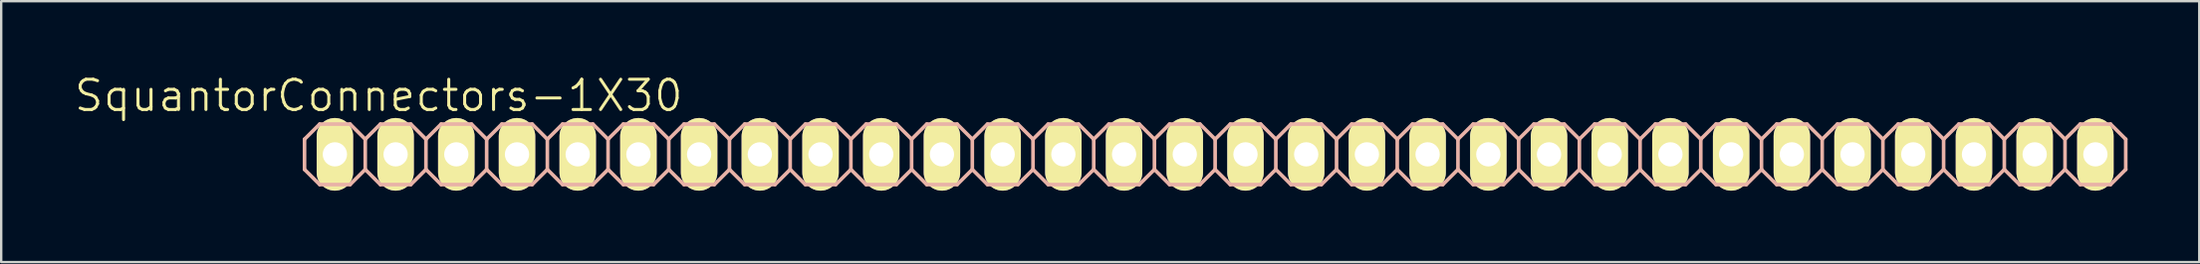
<source format=kicad_pcb>
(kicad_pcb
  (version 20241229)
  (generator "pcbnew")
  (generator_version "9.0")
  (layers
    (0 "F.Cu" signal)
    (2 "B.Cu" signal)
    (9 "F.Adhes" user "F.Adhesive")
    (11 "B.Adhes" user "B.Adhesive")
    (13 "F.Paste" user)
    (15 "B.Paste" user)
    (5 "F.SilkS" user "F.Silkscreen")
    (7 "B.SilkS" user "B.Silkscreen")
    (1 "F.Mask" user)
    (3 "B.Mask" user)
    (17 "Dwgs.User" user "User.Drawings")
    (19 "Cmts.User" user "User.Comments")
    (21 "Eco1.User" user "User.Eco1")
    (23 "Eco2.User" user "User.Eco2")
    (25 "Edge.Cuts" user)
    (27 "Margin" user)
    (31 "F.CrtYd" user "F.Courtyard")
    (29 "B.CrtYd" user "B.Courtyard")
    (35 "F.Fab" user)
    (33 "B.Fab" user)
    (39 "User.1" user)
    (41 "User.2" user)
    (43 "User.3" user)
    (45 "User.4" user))
  (footprint "SquantorConnectors-1X30"
    (layer "F.Cu")
    (at 47.792 3.43)
    (property "Reference" "SquantorConnectors-1X30" (at -34.999 -2.464 0) (layer "F.SilkS") (effects (font (size 1.27 1.27) (thickness 0.127))))
    (attr exclude_from_pos_files exclude_from_bom)
    (fp_line (start -37.084 -0.254) (end -36.576 -0.254) (stroke (width 0.066) (type solid)) (layer "F.SilkS"))
    (fp_line (start -37.084 0.254) (end -37.084 -0.254) (stroke (width 0.066) (type solid)) (layer "F.SilkS"))
    (fp_line (start -37.084 0.254) (end -36.576 0.254) (stroke (width 0.066) (type solid)) (layer "F.SilkS"))
    (fp_line (start -36.576 0.254) (end -36.576 -0.254) (stroke (width 0.066) (type solid)) (layer "F.SilkS"))
    (fp_line (start -34.544 -0.254) (end -34.036 -0.254) (stroke (width 0.066) (type solid)) (layer "F.SilkS"))
    (fp_line (start -34.544 0.254) (end -34.544 -0.254) (stroke (width 0.066) (type solid)) (layer "F.SilkS"))
    (fp_line (start -34.544 0.254) (end -34.036 0.254) (stroke (width 0.066) (type solid)) (layer "F.SilkS"))
    (fp_line (start -34.036 0.254) (end -34.036 -0.254) (stroke (width 0.066) (type solid)) (layer "F.SilkS"))
    (fp_line (start -32.004 -0.254) (end -31.496 -0.254) (stroke (width 0.066) (type solid)) (layer "F.SilkS"))
    (fp_line (start -32.004 0.254) (end -32.004 -0.254) (stroke (width 0.066) (type solid)) (layer "F.SilkS"))
    (fp_line (start -32.004 0.254) (end -31.496 0.254) (stroke (width 0.066) (type solid)) (layer "F.SilkS"))
    (fp_line (start -31.496 0.254) (end -31.496 -0.254) (stroke (width 0.066) (type solid)) (layer "F.SilkS"))
    (fp_line (start -29.464 -0.254) (end -28.953 -0.254) (stroke (width 0.066) (type solid)) (layer "F.SilkS"))
    (fp_line (start -29.464 0.254) (end -29.464 -0.254) (stroke (width 0.066) (type solid)) (layer "F.SilkS"))
    (fp_line (start -29.464 0.254) (end -28.953 0.254) (stroke (width 0.066) (type solid)) (layer "F.SilkS"))
    (fp_line (start -28.953 0.254) (end -28.953 -0.254) (stroke (width 0.066) (type solid)) (layer "F.SilkS"))
    (fp_line (start -26.924 -0.254) (end -26.416 -0.254) (stroke (width 0.066) (type solid)) (layer "F.SilkS"))
    (fp_line (start -26.924 0.254) (end -26.924 -0.254) (stroke (width 0.066) (type solid)) (layer "F.SilkS"))
    (fp_line (start -26.924 0.254) (end -26.416 0.254) (stroke (width 0.066) (type solid)) (layer "F.SilkS"))
    (fp_line (start -26.416 0.254) (end -26.416 -0.254) (stroke (width 0.066) (type solid)) (layer "F.SilkS"))
    (fp_line (start -24.384 -0.254) (end -23.876 -0.254) (stroke (width 0.066) (type solid)) (layer "F.SilkS"))
    (fp_line (start -24.384 0.254) (end -24.384 -0.254) (stroke (width 0.066) (type solid)) (layer "F.SilkS"))
    (fp_line (start -24.384 0.254) (end -23.876 0.254) (stroke (width 0.066) (type solid)) (layer "F.SilkS"))
    (fp_line (start -23.876 0.254) (end -23.876 -0.254) (stroke (width 0.066) (type solid)) (layer "F.SilkS"))
    (fp_line (start -21.844 -0.254) (end -21.336 -0.254) (stroke (width 0.066) (type solid)) (layer "F.SilkS"))
    (fp_line (start -21.844 0.254) (end -21.844 -0.254) (stroke (width 0.066) (type solid)) (layer "F.SilkS"))
    (fp_line (start -21.844 0.254) (end -21.336 0.254) (stroke (width 0.066) (type solid)) (layer "F.SilkS"))
    (fp_line (start -21.336 0.254) (end -21.336 -0.254) (stroke (width 0.066) (type solid)) (layer "F.SilkS"))
    (fp_line (start -19.304 -0.254) (end -18.796 -0.254) (stroke (width 0.066) (type solid)) (layer "F.SilkS"))
    (fp_line (start -19.304 0.254) (end -19.304 -0.254) (stroke (width 0.066) (type solid)) (layer "F.SilkS"))
    (fp_line (start -19.304 0.254) (end -18.796 0.254) (stroke (width 0.066) (type solid)) (layer "F.SilkS"))
    (fp_line (start -18.796 0.254) (end -18.796 -0.254) (stroke (width 0.066) (type solid)) (layer "F.SilkS"))
    (fp_line (start -16.764 -0.254) (end -16.256 -0.254) (stroke (width 0.066) (type solid)) (layer "F.SilkS"))
    (fp_line (start -16.764 0.254) (end -16.764 -0.254) (stroke (width 0.066) (type solid)) (layer "F.SilkS"))
    (fp_line (start -16.764 0.254) (end -16.256 0.254) (stroke (width 0.066) (type solid)) (layer "F.SilkS"))
    (fp_line (start -16.256 0.254) (end -16.256 -0.254) (stroke (width 0.066) (type solid)) (layer "F.SilkS"))
    (fp_line (start -14.224 -0.254) (end -13.716 -0.254) (stroke (width 0.066) (type solid)) (layer "F.SilkS"))
    (fp_line (start -14.224 0.254) (end -14.224 -0.254) (stroke (width 0.066) (type solid)) (layer "F.SilkS"))
    (fp_line (start -14.224 0.254) (end -13.716 0.254) (stroke (width 0.066) (type solid)) (layer "F.SilkS"))
    (fp_line (start -13.716 0.254) (end -13.716 -0.254) (stroke (width 0.066) (type solid)) (layer "F.SilkS"))
    (fp_line (start -11.684 -0.254) (end -11.176 -0.254) (stroke (width 0.066) (type solid)) (layer "F.SilkS"))
    (fp_line (start -11.684 0.254) (end -11.684 -0.254) (stroke (width 0.066) (type solid)) (layer "F.SilkS"))
    (fp_line (start -11.684 0.254) (end -11.176 0.254) (stroke (width 0.066) (type solid)) (layer "F.SilkS"))
    (fp_line (start -11.176 0.254) (end -11.176 -0.254) (stroke (width 0.066) (type solid)) (layer "F.SilkS"))
    (fp_line (start -9.144 -0.254) (end -8.636 -0.254) (stroke (width 0.066) (type solid)) (layer "F.SilkS"))
    (fp_line (start -9.144 0.254) (end -9.144 -0.254) (stroke (width 0.066) (type solid)) (layer "F.SilkS"))
    (fp_line (start -9.144 0.254) (end -8.636 0.254) (stroke (width 0.066) (type solid)) (layer "F.SilkS"))
    (fp_line (start -8.636 0.254) (end -8.636 -0.254) (stroke (width 0.066) (type solid)) (layer "F.SilkS"))
    (fp_line (start -6.604 -0.254) (end -6.096 -0.254) (stroke (width 0.066) (type solid)) (layer "F.SilkS"))
    (fp_line (start -6.604 0.254) (end -6.604 -0.254) (stroke (width 0.066) (type solid)) (layer "F.SilkS"))
    (fp_line (start -6.604 0.254) (end -6.096 0.254) (stroke (width 0.066) (type solid)) (layer "F.SilkS"))
    (fp_line (start -6.096 0.254) (end -6.096 -0.254) (stroke (width 0.066) (type solid)) (layer "F.SilkS"))
    (fp_line (start -4.064 -0.254) (end -3.556 -0.254) (stroke (width 0.066) (type solid)) (layer "F.SilkS"))
    (fp_line (start -4.064 0.254) (end -4.064 -0.254) (stroke (width 0.066) (type solid)) (layer "F.SilkS"))
    (fp_line (start -4.064 0.254) (end -3.556 0.254) (stroke (width 0.066) (type solid)) (layer "F.SilkS"))
    (fp_line (start -3.556 0.254) (end -3.556 -0.254) (stroke (width 0.066) (type solid)) (layer "F.SilkS"))
    (fp_line (start -1.524 -0.254) (end -1.016 -0.254) (stroke (width 0.066) (type solid)) (layer "F.SilkS"))
    (fp_line (start -1.524 0.254) (end -1.524 -0.254) (stroke (width 0.066) (type solid)) (layer "F.SilkS"))
    (fp_line (start -1.524 0.254) (end -1.016 0.254) (stroke (width 0.066) (type solid)) (layer "F.SilkS"))
    (fp_line (start -1.016 0.254) (end -1.016 -0.254) (stroke (width 0.066) (type solid)) (layer "F.SilkS"))
    (fp_line (start 1.016 -0.254) (end 1.524 -0.254) (stroke (width 0.066) (type solid)) (layer "F.SilkS"))
    (fp_line (start 1.016 0.254) (end 1.016 -0.254) (stroke (width 0.066) (type solid)) (layer "F.SilkS"))
    (fp_line (start 1.016 0.254) (end 1.524 0.254) (stroke (width 0.066) (type solid)) (layer "F.SilkS"))
    (fp_line (start 1.524 0.254) (end 1.524 -0.254) (stroke (width 0.066) (type solid)) (layer "F.SilkS"))
    (fp_line (start 3.556 -0.254) (end 4.064 -0.254) (stroke (width 0.066) (type solid)) (layer "F.SilkS"))
    (fp_line (start 3.556 0.254) (end 3.556 -0.254) (stroke (width 0.066) (type solid)) (layer "F.SilkS"))
    (fp_line (start 3.556 0.254) (end 4.064 0.254) (stroke (width 0.066) (type solid)) (layer "F.SilkS"))
    (fp_line (start 4.064 0.254) (end 4.064 -0.254) (stroke (width 0.066) (type solid)) (layer "F.SilkS"))
    (fp_line (start 6.096 -0.254) (end 6.604 -0.254) (stroke (width 0.066) (type solid)) (layer "F.SilkS"))
    (fp_line (start 6.096 0.254) (end 6.096 -0.254) (stroke (width 0.066) (type solid)) (layer "F.SilkS"))
    (fp_line (start 6.096 0.254) (end 6.604 0.254) (stroke (width 0.066) (type solid)) (layer "F.SilkS"))
    (fp_line (start 6.604 0.254) (end 6.604 -0.254) (stroke (width 0.066) (type solid)) (layer "F.SilkS"))
    (fp_line (start 8.636 -0.254) (end 9.144 -0.254) (stroke (width 0.066) (type solid)) (layer "F.SilkS"))
    (fp_line (start 8.636 0.254) (end 8.636 -0.254) (stroke (width 0.066) (type solid)) (layer "F.SilkS"))
    (fp_line (start 8.636 0.254) (end 9.144 0.254) (stroke (width 0.066) (type solid)) (layer "F.SilkS"))
    (fp_line (start 9.144 0.254) (end 9.144 -0.254) (stroke (width 0.066) (type solid)) (layer "F.SilkS"))
    (fp_line (start 11.176 -0.254) (end 11.684 -0.254) (stroke (width 0.066) (type solid)) (layer "F.SilkS"))
    (fp_line (start 11.176 0.254) (end 11.176 -0.254) (stroke (width 0.066) (type solid)) (layer "F.SilkS"))
    (fp_line (start 11.176 0.254) (end 11.684 0.254) (stroke (width 0.066) (type solid)) (layer "F.SilkS"))
    (fp_line (start 11.684 0.254) (end 11.684 -0.254) (stroke (width 0.066) (type solid)) (layer "F.SilkS"))
    (fp_line (start 13.716 -0.254) (end 14.224 -0.254) (stroke (width 0.066) (type solid)) (layer "F.SilkS"))
    (fp_line (start 13.716 0.254) (end 13.716 -0.254) (stroke (width 0.066) (type solid)) (layer "F.SilkS"))
    (fp_line (start 13.716 0.254) (end 14.224 0.254) (stroke (width 0.066) (type solid)) (layer "F.SilkS"))
    (fp_line (start 14.224 0.254) (end 14.224 -0.254) (stroke (width 0.066) (type solid)) (layer "F.SilkS"))
    (fp_line (start 16.256 -0.254) (end 16.764 -0.254) (stroke (width 0.066) (type solid)) (layer "F.SilkS"))
    (fp_line (start 16.256 0.254) (end 16.256 -0.254) (stroke (width 0.066) (type solid)) (layer "F.SilkS"))
    (fp_line (start 16.256 0.254) (end 16.764 0.254) (stroke (width 0.066) (type solid)) (layer "F.SilkS"))
    (fp_line (start 16.764 0.254) (end 16.764 -0.254) (stroke (width 0.066) (type solid)) (layer "F.SilkS"))
    (fp_line (start 18.796 -0.254) (end 19.304 -0.254) (stroke (width 0.066) (type solid)) (layer "F.SilkS"))
    (fp_line (start 18.796 0.254) (end 18.796 -0.254) (stroke (width 0.066) (type solid)) (layer "F.SilkS"))
    (fp_line (start 18.796 0.254) (end 19.304 0.254) (stroke (width 0.066) (type solid)) (layer "F.SilkS"))
    (fp_line (start 19.304 0.254) (end 19.304 -0.254) (stroke (width 0.066) (type solid)) (layer "F.SilkS"))
    (fp_line (start 21.336 -0.254) (end 21.844 -0.254) (stroke (width 0.066) (type solid)) (layer "F.SilkS"))
    (fp_line (start 21.336 0.254) (end 21.336 -0.254) (stroke (width 0.066) (type solid)) (layer "F.SilkS"))
    (fp_line (start 21.336 0.254) (end 21.844 0.254) (stroke (width 0.066) (type solid)) (layer "F.SilkS"))
    (fp_line (start 21.844 0.254) (end 21.844 -0.254) (stroke (width 0.066) (type solid)) (layer "F.SilkS"))
    (fp_line (start 23.876 -0.254) (end 24.384 -0.254) (stroke (width 0.066) (type solid)) (layer "F.SilkS"))
    (fp_line (start 23.876 0.254) (end 23.876 -0.254) (stroke (width 0.066) (type solid)) (layer "F.SilkS"))
    (fp_line (start 23.876 0.254) (end 24.384 0.254) (stroke (width 0.066) (type solid)) (layer "F.SilkS"))
    (fp_line (start 24.384 0.254) (end 24.384 -0.254) (stroke (width 0.066) (type solid)) (layer "F.SilkS"))
    (fp_line (start 26.416 -0.254) (end 26.924 -0.254) (stroke (width 0.066) (type solid)) (layer "F.SilkS"))
    (fp_line (start 26.416 0.254) (end 26.416 -0.254) (stroke (width 0.066) (type solid)) (layer "F.SilkS"))
    (fp_line (start 26.416 0.254) (end 26.924 0.254) (stroke (width 0.066) (type solid)) (layer "F.SilkS"))
    (fp_line (start 26.924 0.254) (end 26.924 -0.254) (stroke (width 0.066) (type solid)) (layer "F.SilkS"))
    (fp_line (start 28.953 -0.254) (end 29.464 -0.254) (stroke (width 0.066) (type solid)) (layer "F.SilkS"))
    (fp_line (start 28.953 0.254) (end 28.953 -0.254) (stroke (width 0.066) (type solid)) (layer "F.SilkS"))
    (fp_line (start 28.953 0.254) (end 29.464 0.254) (stroke (width 0.066) (type solid)) (layer "F.SilkS"))
    (fp_line (start 29.464 0.254) (end 29.464 -0.254) (stroke (width 0.066) (type solid)) (layer "F.SilkS"))
    (fp_line (start 31.496 -0.254) (end 32.004 -0.254) (stroke (width 0.066) (type solid)) (layer "F.SilkS"))
    (fp_line (start 31.496 0.254) (end 31.496 -0.254) (stroke (width 0.066) (type solid)) (layer "F.SilkS"))
    (fp_line (start 31.496 0.254) (end 32.004 0.254) (stroke (width 0.066) (type solid)) (layer "F.SilkS"))
    (fp_line (start 32.004 0.254) (end 32.004 -0.254) (stroke (width 0.066) (type solid)) (layer "F.SilkS"))
    (fp_line (start 34.036 -0.254) (end 34.544 -0.254) (stroke (width 0.066) (type solid)) (layer "F.SilkS"))
    (fp_line (start 34.036 0.254) (end 34.036 -0.254) (stroke (width 0.066) (type solid)) (layer "F.SilkS"))
    (fp_line (start 34.036 0.254) (end 34.544 0.254) (stroke (width 0.066) (type solid)) (layer "F.SilkS"))
    (fp_line (start 34.544 0.254) (end 34.544 -0.254) (stroke (width 0.066) (type solid)) (layer "F.SilkS"))
    (fp_line (start 36.576 -0.254) (end 37.084 -0.254) (stroke (width 0.066) (type solid)) (layer "F.SilkS"))
    (fp_line (start 36.576 0.254) (end 36.576 -0.254) (stroke (width 0.066) (type solid)) (layer "F.SilkS"))
    (fp_line (start 36.576 0.254) (end 37.084 0.254) (stroke (width 0.066) (type solid)) (layer "F.SilkS"))
    (fp_line (start 37.084 0.254) (end 37.084 -0.254) (stroke (width 0.066) (type solid)) (layer "F.SilkS"))
    (fp_line (start -38.1 -0.635) (end -38.1 0.635) (stroke (width 0.152) (type solid)) (layer "B.SilkS"))
    (fp_line (start -38.1 0.635) (end -37.465 1.27) (stroke (width 0.152) (type solid)) (layer "B.SilkS"))
    (fp_line (start -37.465 -1.27) (end -38.1 -0.635) (stroke (width 0.152) (type solid)) (layer "B.SilkS"))
    (fp_line (start -37.465 -1.27) (end -36.195 -1.27) (stroke (width 0.152) (type solid)) (layer "B.SilkS"))
    (fp_line (start -36.195 -1.27) (end -35.56 -0.635) (stroke (width 0.152) (type solid)) (layer "B.SilkS"))
    (fp_line (start -36.195 1.27) (end -37.465 1.27) (stroke (width 0.152) (type solid)) (layer "B.SilkS"))
    (fp_line (start -35.56 -0.635) (end -35.56 0.635) (stroke (width 0.152) (type solid)) (layer "B.SilkS"))
    (fp_line (start -35.56 -0.635) (end -34.925 -1.27) (stroke (width 0.152) (type solid)) (layer "B.SilkS"))
    (fp_line (start -35.56 0.635) (end -36.195 1.27) (stroke (width 0.152) (type solid)) (layer "B.SilkS"))
    (fp_line (start -34.925 -1.27) (end -33.655 -1.27) (stroke (width 0.152) (type solid)) (layer "B.SilkS"))
    (fp_line (start -34.925 1.27) (end -35.56 0.635) (stroke (width 0.152) (type solid)) (layer "B.SilkS"))
    (fp_line (start -33.655 -1.27) (end -33.02 -0.635) (stroke (width 0.152) (type solid)) (layer "B.SilkS"))
    (fp_line (start -33.655 1.27) (end -34.925 1.27) (stroke (width 0.152) (type solid)) (layer "B.SilkS"))
    (fp_line (start -33.02 -0.635) (end -33.02 0.635) (stroke (width 0.152) (type solid)) (layer "B.SilkS"))
    (fp_line (start -33.02 -0.635) (end -32.385 -1.27) (stroke (width 0.152) (type solid)) (layer "B.SilkS"))
    (fp_line (start -33.02 0.635) (end -33.655 1.27) (stroke (width 0.152) (type solid)) (layer "B.SilkS"))
    (fp_line (start -32.385 -1.27) (end -31.115 -1.27) (stroke (width 0.152) (type solid)) (layer "B.SilkS"))
    (fp_line (start -32.385 1.27) (end -33.02 0.635) (stroke (width 0.152) (type solid)) (layer "B.SilkS"))
    (fp_line (start -31.115 -1.27) (end -30.48 -0.635) (stroke (width 0.152) (type solid)) (layer "B.SilkS"))
    (fp_line (start -31.115 1.27) (end -32.385 1.27) (stroke (width 0.152) (type solid)) (layer "B.SilkS"))
    (fp_line (start -30.48 -0.635) (end -30.48 0.635) (stroke (width 0.152) (type solid)) (layer "B.SilkS"))
    (fp_line (start -30.48 0.635) (end -31.115 1.27) (stroke (width 0.152) (type solid)) (layer "B.SilkS"))
    (fp_line (start -30.48 0.635) (end -29.845 1.27) (stroke (width 0.152) (type solid)) (layer "B.SilkS"))
    (fp_line (start -29.845 -1.27) (end -30.48 -0.635) (stroke (width 0.152) (type solid)) (layer "B.SilkS"))
    (fp_line (start -29.845 -1.27) (end -28.575 -1.27) (stroke (width 0.152) (type solid)) (layer "B.SilkS"))
    (fp_line (start -28.575 -1.27) (end -27.94 -0.635) (stroke (width 0.152) (type solid)) (layer "B.SilkS"))
    (fp_line (start -28.575 1.27) (end -29.845 1.27) (stroke (width 0.152) (type solid)) (layer "B.SilkS"))
    (fp_line (start -27.94 -0.635) (end -27.94 0.635) (stroke (width 0.152) (type solid)) (layer "B.SilkS"))
    (fp_line (start -27.94 -0.635) (end -27.305 -1.27) (stroke (width 0.152) (type solid)) (layer "B.SilkS"))
    (fp_line (start -27.94 0.635) (end -28.575 1.27) (stroke (width 0.152) (type solid)) (layer "B.SilkS"))
    (fp_line (start -27.305 -1.27) (end -26.035 -1.27) (stroke (width 0.152) (type solid)) (layer "B.SilkS"))
    (fp_line (start -27.305 1.27) (end -27.94 0.635) (stroke (width 0.152) (type solid)) (layer "B.SilkS"))
    (fp_line (start -26.035 -1.27) (end -25.4 -0.635) (stroke (width 0.152) (type solid)) (layer "B.SilkS"))
    (fp_line (start -26.035 1.27) (end -27.305 1.27) (stroke (width 0.152) (type solid)) (layer "B.SilkS"))
    (fp_line (start -25.4 -0.635) (end -25.4 0.635) (stroke (width 0.152) (type solid)) (layer "B.SilkS"))
    (fp_line (start -25.4 -0.635) (end -24.765 -1.27) (stroke (width 0.152) (type solid)) (layer "B.SilkS"))
    (fp_line (start -25.4 0.635) (end -26.035 1.27) (stroke (width 0.152) (type solid)) (layer "B.SilkS"))
    (fp_line (start -24.765 -1.27) (end -23.495 -1.27) (stroke (width 0.152) (type solid)) (layer "B.SilkS"))
    (fp_line (start -24.765 1.27) (end -25.4 0.635) (stroke (width 0.152) (type solid)) (layer "B.SilkS"))
    (fp_line (start -23.495 -1.27) (end -22.86 -0.635) (stroke (width 0.152) (type solid)) (layer "B.SilkS"))
    (fp_line (start -23.495 1.27) (end -24.765 1.27) (stroke (width 0.152) (type solid)) (layer "B.SilkS"))
    (fp_line (start -22.86 -0.635) (end -22.86 0.635) (stroke (width 0.152) (type solid)) (layer "B.SilkS"))
    (fp_line (start -22.86 0.635) (end -23.495 1.27) (stroke (width 0.152) (type solid)) (layer "B.SilkS"))
    (fp_line (start -22.86 0.635) (end -22.225 1.27) (stroke (width 0.152) (type solid)) (layer "B.SilkS"))
    (fp_line (start -22.225 -1.27) (end -22.86 -0.635) (stroke (width 0.152) (type solid)) (layer "B.SilkS"))
    (fp_line (start -22.225 -1.27) (end -20.955 -1.27) (stroke (width 0.152) (type solid)) (layer "B.SilkS"))
    (fp_line (start -20.955 -1.27) (end -20.32 -0.635) (stroke (width 0.152) (type solid)) (layer "B.SilkS"))
    (fp_line (start -20.955 1.27) (end -22.225 1.27) (stroke (width 0.152) (type solid)) (layer "B.SilkS"))
    (fp_line (start -20.32 -0.635) (end -20.32 0.635) (stroke (width 0.152) (type solid)) (layer "B.SilkS"))
    (fp_line (start -20.32 -0.635) (end -19.685 -1.27) (stroke (width 0.152) (type solid)) (layer "B.SilkS"))
    (fp_line (start -20.32 0.635) (end -20.955 1.27) (stroke (width 0.152) (type solid)) (layer "B.SilkS"))
    (fp_line (start -19.685 -1.27) (end -18.415 -1.27) (stroke (width 0.152) (type solid)) (layer "B.SilkS"))
    (fp_line (start -19.685 1.27) (end -20.32 0.635) (stroke (width 0.152) (type solid)) (layer "B.SilkS"))
    (fp_line (start -18.415 -1.27) (end -17.78 -0.635) (stroke (width 0.152) (type solid)) (layer "B.SilkS"))
    (fp_line (start -18.415 1.27) (end -19.685 1.27) (stroke (width 0.152) (type solid)) (layer "B.SilkS"))
    (fp_line (start -17.78 -0.635) (end -17.78 0.635) (stroke (width 0.152) (type solid)) (layer "B.SilkS"))
    (fp_line (start -17.78 -0.635) (end -17.145 -1.27) (stroke (width 0.152) (type solid)) (layer "B.SilkS"))
    (fp_line (start -17.78 0.635) (end -18.415 1.27) (stroke (width 0.152) (type solid)) (layer "B.SilkS"))
    (fp_line (start -17.145 -1.27) (end -15.875 -1.27) (stroke (width 0.152) (type solid)) (layer "B.SilkS"))
    (fp_line (start -17.145 1.27) (end -17.78 0.635) (stroke (width 0.152) (type solid)) (layer "B.SilkS"))
    (fp_line (start -15.875 -1.27) (end -15.24 -0.635) (stroke (width 0.152) (type solid)) (layer "B.SilkS"))
    (fp_line (start -15.875 1.27) (end -17.145 1.27) (stroke (width 0.152) (type solid)) (layer "B.SilkS"))
    (fp_line (start -15.24 -0.635) (end -15.24 0.635) (stroke (width 0.152) (type solid)) (layer "B.SilkS"))
    (fp_line (start -15.24 0.635) (end -15.875 1.27) (stroke (width 0.152) (type solid)) (layer "B.SilkS"))
    (fp_line (start -15.24 0.635) (end -14.605 1.27) (stroke (width 0.152) (type solid)) (layer "B.SilkS"))
    (fp_line (start -14.605 -1.27) (end -15.24 -0.635) (stroke (width 0.152) (type solid)) (layer "B.SilkS"))
    (fp_line (start -14.605 -1.27) (end -13.335 -1.27) (stroke (width 0.152) (type solid)) (layer "B.SilkS"))
    (fp_line (start -13.335 -1.27) (end -12.7 -0.635) (stroke (width 0.152) (type solid)) (layer "B.SilkS"))
    (fp_line (start -13.335 1.27) (end -14.605 1.27) (stroke (width 0.152) (type solid)) (layer "B.SilkS"))
    (fp_line (start -12.7 -0.635) (end -12.7 0.635) (stroke (width 0.152) (type solid)) (layer "B.SilkS"))
    (fp_line (start -12.7 -0.635) (end -12.065 -1.27) (stroke (width 0.152) (type solid)) (layer "B.SilkS"))
    (fp_line (start -12.7 0.635) (end -13.335 1.27) (stroke (width 0.152) (type solid)) (layer "B.SilkS"))
    (fp_line (start -12.065 -1.27) (end -10.795 -1.27) (stroke (width 0.152) (type solid)) (layer "B.SilkS"))
    (fp_line (start -12.065 1.27) (end -12.7 0.635) (stroke (width 0.152) (type solid)) (layer "B.SilkS"))
    (fp_line (start -10.795 -1.27) (end -10.16 -0.635) (stroke (width 0.152) (type solid)) (layer "B.SilkS"))
    (fp_line (start -10.795 1.27) (end -12.065 1.27) (stroke (width 0.152) (type solid)) (layer "B.SilkS"))
    (fp_line (start -10.16 -0.635) (end -10.16 0.635) (stroke (width 0.152) (type solid)) (layer "B.SilkS"))
    (fp_line (start -10.16 -0.635) (end -9.525 -1.27) (stroke (width 0.152) (type solid)) (layer "B.SilkS"))
    (fp_line (start -10.16 0.635) (end -10.795 1.27) (stroke (width 0.152) (type solid)) (layer "B.SilkS"))
    (fp_line (start -9.525 -1.27) (end -8.255 -1.27) (stroke (width 0.152) (type solid)) (layer "B.SilkS"))
    (fp_line (start -9.525 1.27) (end -10.16 0.635) (stroke (width 0.152) (type solid)) (layer "B.SilkS"))
    (fp_line (start -8.255 -1.27) (end -7.62 -0.635) (stroke (width 0.152) (type solid)) (layer "B.SilkS"))
    (fp_line (start -8.255 1.27) (end -9.525 1.27) (stroke (width 0.152) (type solid)) (layer "B.SilkS"))
    (fp_line (start -7.62 -0.635) (end -7.62 0.635) (stroke (width 0.152) (type solid)) (layer "B.SilkS"))
    (fp_line (start -7.62 0.635) (end -8.255 1.27) (stroke (width 0.152) (type solid)) (layer "B.SilkS"))
    (fp_line (start -7.62 0.635) (end -6.985 1.27) (stroke (width 0.152) (type solid)) (layer "B.SilkS"))
    (fp_line (start -6.985 -1.27) (end -7.62 -0.635) (stroke (width 0.152) (type solid)) (layer "B.SilkS"))
    (fp_line (start -6.985 -1.27) (end -5.715 -1.27) (stroke (width 0.152) (type solid)) (layer "B.SilkS"))
    (fp_line (start -5.715 -1.27) (end -5.08 -0.635) (stroke (width 0.152) (type solid)) (layer "B.SilkS"))
    (fp_line (start -5.715 1.27) (end -6.985 1.27) (stroke (width 0.152) (type solid)) (layer "B.SilkS"))
    (fp_line (start -5.08 -0.635) (end -5.08 0.635) (stroke (width 0.152) (type solid)) (layer "B.SilkS"))
    (fp_line (start -5.08 -0.635) (end -4.445 -1.27) (stroke (width 0.152) (type solid)) (layer "B.SilkS"))
    (fp_line (start -5.08 0.635) (end -5.715 1.27) (stroke (width 0.152) (type solid)) (layer "B.SilkS"))
    (fp_line (start -4.445 -1.27) (end -3.175 -1.27) (stroke (width 0.152) (type solid)) (layer "B.SilkS"))
    (fp_line (start -4.445 1.27) (end -5.08 0.635) (stroke (width 0.152) (type solid)) (layer "B.SilkS"))
    (fp_line (start -3.175 -1.27) (end -2.54 -0.635) (stroke (width 0.152) (type solid)) (layer "B.SilkS"))
    (fp_line (start -3.175 1.27) (end -4.445 1.27) (stroke (width 0.152) (type solid)) (layer "B.SilkS"))
    (fp_line (start -2.54 -0.635) (end -2.54 0.635) (stroke (width 0.152) (type solid)) (layer "B.SilkS"))
    (fp_line (start -2.54 -0.635) (end -1.905 -1.27) (stroke (width 0.152) (type solid)) (layer "B.SilkS"))
    (fp_line (start -2.54 0.635) (end -3.175 1.27) (stroke (width 0.152) (type solid)) (layer "B.SilkS"))
    (fp_line (start -1.905 -1.27) (end -0.635 -1.27) (stroke (width 0.152) (type solid)) (layer "B.SilkS"))
    (fp_line (start -1.905 1.27) (end -2.54 0.635) (stroke (width 0.152) (type solid)) (layer "B.SilkS"))
    (fp_line (start -0.635 -1.27) (end 0 -0.635) (stroke (width 0.152) (type solid)) (layer "B.SilkS"))
    (fp_line (start -0.635 1.27) (end -1.905 1.27) (stroke (width 0.152) (type solid)) (layer "B.SilkS"))
    (fp_line (start 0 -0.635) (end 0 0.635) (stroke (width 0.152) (type solid)) (layer "B.SilkS"))
    (fp_line (start 0 0.635) (end -0.635 1.27) (stroke (width 0.152) (type solid)) (layer "B.SilkS"))
    (fp_line (start 0 0.635) (end 0.635 1.27) (stroke (width 0.152) (type solid)) (layer "B.SilkS"))
    (fp_line (start 0.635 -1.27) (end 0 -0.635) (stroke (width 0.152) (type solid)) (layer "B.SilkS"))
    (fp_line (start 0.635 -1.27) (end 1.905 -1.27) (stroke (width 0.152) (type solid)) (layer "B.SilkS"))
    (fp_line (start 1.905 -1.27) (end 2.54 -0.635) (stroke (width 0.152) (type solid)) (layer "B.SilkS"))
    (fp_line (start 1.905 1.27) (end 0.635 1.27) (stroke (width 0.152) (type solid)) (layer "B.SilkS"))
    (fp_line (start 2.54 -0.635) (end 2.54 0.635) (stroke (width 0.152) (type solid)) (layer "B.SilkS"))
    (fp_line (start 2.54 -0.635) (end 3.175 -1.27) (stroke (width 0.152) (type solid)) (layer "B.SilkS"))
    (fp_line (start 2.54 0.635) (end 1.905 1.27) (stroke (width 0.152) (type solid)) (layer "B.SilkS"))
    (fp_line (start 3.175 -1.27) (end 4.445 -1.27) (stroke (width 0.152) (type solid)) (layer "B.SilkS"))
    (fp_line (start 3.175 1.27) (end 2.54 0.635) (stroke (width 0.152) (type solid)) (layer "B.SilkS"))
    (fp_line (start 4.445 -1.27) (end 5.08 -0.635) (stroke (width 0.152) (type solid)) (layer "B.SilkS"))
    (fp_line (start 4.445 1.27) (end 3.175 1.27) (stroke (width 0.152) (type solid)) (layer "B.SilkS"))
    (fp_line (start 5.08 -0.635) (end 5.08 0.635) (stroke (width 0.152) (type solid)) (layer "B.SilkS"))
    (fp_line (start 5.08 -0.635) (end 5.715 -1.27) (stroke (width 0.152) (type solid)) (layer "B.SilkS"))
    (fp_line (start 5.08 0.635) (end 4.445 1.27) (stroke (width 0.152) (type solid)) (layer "B.SilkS"))
    (fp_line (start 5.715 -1.27) (end 6.985 -1.27) (stroke (width 0.152) (type solid)) (layer "B.SilkS"))
    (fp_line (start 5.715 1.27) (end 5.08 0.635) (stroke (width 0.152) (type solid)) (layer "B.SilkS"))
    (fp_line (start 6.985 -1.27) (end 7.62 -0.635) (stroke (width 0.152) (type solid)) (layer "B.SilkS"))
    (fp_line (start 6.985 1.27) (end 5.715 1.27) (stroke (width 0.152) (type solid)) (layer "B.SilkS"))
    (fp_line (start 7.62 -0.635) (end 7.62 0.635) (stroke (width 0.152) (type solid)) (layer "B.SilkS"))
    (fp_line (start 7.62 0.635) (end 6.985 1.27) (stroke (width 0.152) (type solid)) (layer "B.SilkS"))
    (fp_line (start 7.62 0.635) (end 8.255 1.27) (stroke (width 0.152) (type solid)) (layer "B.SilkS"))
    (fp_line (start 8.255 -1.27) (end 7.62 -0.635) (stroke (width 0.152) (type solid)) (layer "B.SilkS"))
    (fp_line (start 8.255 -1.27) (end 9.525 -1.27) (stroke (width 0.152) (type solid)) (layer "B.SilkS"))
    (fp_line (start 9.525 -1.27) (end 10.16 -0.635) (stroke (width 0.152) (type solid)) (layer "B.SilkS"))
    (fp_line (start 9.525 1.27) (end 8.255 1.27) (stroke (width 0.152) (type solid)) (layer "B.SilkS"))
    (fp_line (start 10.16 -0.635) (end 10.16 0.635) (stroke (width 0.152) (type solid)) (layer "B.SilkS"))
    (fp_line (start 10.16 0.635) (end 9.525 1.27) (stroke (width 0.152) (type solid)) (layer "B.SilkS"))
    (fp_line (start 10.16 0.635) (end 10.795 1.27) (stroke (width 0.152) (type solid)) (layer "B.SilkS"))
    (fp_line (start 10.795 -1.27) (end 10.16 -0.635) (stroke (width 0.152) (type solid)) (layer "B.SilkS"))
    (fp_line (start 10.795 -1.27) (end 12.065 -1.27) (stroke (width 0.152) (type solid)) (layer "B.SilkS"))
    (fp_line (start 12.065 -1.27) (end 12.7 -0.635) (stroke (width 0.152) (type solid)) (layer "B.SilkS"))
    (fp_line (start 12.065 1.27) (end 10.795 1.27) (stroke (width 0.152) (type solid)) (layer "B.SilkS"))
    (fp_line (start 12.7 -0.635) (end 12.7 0.635) (stroke (width 0.152) (type solid)) (layer "B.SilkS"))
    (fp_line (start 12.7 0.635) (end 12.065 1.27) (stroke (width 0.152) (type solid)) (layer "B.SilkS"))
    (fp_line (start 12.7 0.635) (end 13.335 1.27) (stroke (width 0.152) (type solid)) (layer "B.SilkS"))
    (fp_line (start 13.335 -1.27) (end 12.7 -0.635) (stroke (width 0.152) (type solid)) (layer "B.SilkS"))
    (fp_line (start 13.335 -1.27) (end 14.605 -1.27) (stroke (width 0.152) (type solid)) (layer "B.SilkS"))
    (fp_line (start 14.605 -1.27) (end 15.24 -0.635) (stroke (width 0.152) (type solid)) (layer "B.SilkS"))
    (fp_line (start 14.605 1.27) (end 13.335 1.27) (stroke (width 0.152) (type solid)) (layer "B.SilkS"))
    (fp_line (start 15.24 -0.635) (end 15.24 0.635) (stroke (width 0.152) (type solid)) (layer "B.SilkS"))
    (fp_line (start 15.24 0.635) (end 14.605 1.27) (stroke (width 0.152) (type solid)) (layer "B.SilkS"))
    (fp_line (start 15.24 0.635) (end 15.875 1.27) (stroke (width 0.152) (type solid)) (layer "B.SilkS"))
    (fp_line (start 15.875 -1.27) (end 15.24 -0.635) (stroke (width 0.152) (type solid)) (layer "B.SilkS"))
    (fp_line (start 15.875 -1.27) (end 17.145 -1.27) (stroke (width 0.152) (type solid)) (layer "B.SilkS"))
    (fp_line (start 17.145 -1.27) (end 17.78 -0.635) (stroke (width 0.152) (type solid)) (layer "B.SilkS"))
    (fp_line (start 17.145 1.27) (end 15.875 1.27) (stroke (width 0.152) (type solid)) (layer "B.SilkS"))
    (fp_line (start 17.78 -0.635) (end 17.78 0.635) (stroke (width 0.152) (type solid)) (layer "B.SilkS"))
    (fp_line (start 17.78 0.635) (end 17.145 1.27) (stroke (width 0.152) (type solid)) (layer "B.SilkS"))
    (fp_line (start 17.78 0.635) (end 18.415 1.27) (stroke (width 0.152) (type solid)) (layer "B.SilkS"))
    (fp_line (start 18.415 -1.27) (end 17.78 -0.635) (stroke (width 0.152) (type solid)) (layer "B.SilkS"))
    (fp_line (start 18.415 -1.27) (end 19.685 -1.27) (stroke (width 0.152) (type solid)) (layer "B.SilkS"))
    (fp_line (start 19.685 -1.27) (end 20.32 -0.635) (stroke (width 0.152) (type solid)) (layer "B.SilkS"))
    (fp_line (start 19.685 1.27) (end 18.415 1.27) (stroke (width 0.152) (type solid)) (layer "B.SilkS"))
    (fp_line (start 20.32 -0.635) (end 20.32 0.635) (stroke (width 0.152) (type solid)) (layer "B.SilkS"))
    (fp_line (start 20.32 0.635) (end 19.685 1.27) (stroke (width 0.152) (type solid)) (layer "B.SilkS"))
    (fp_line (start 20.32 0.635) (end 20.955 1.27) (stroke (width 0.152) (type solid)) (layer "B.SilkS"))
    (fp_line (start 20.955 -1.27) (end 20.32 -0.635) (stroke (width 0.152) (type solid)) (layer "B.SilkS"))
    (fp_line (start 20.955 -1.27) (end 22.225 -1.27) (stroke (width 0.152) (type solid)) (layer "B.SilkS"))
    (fp_line (start 22.225 -1.27) (end 22.86 -0.635) (stroke (width 0.152) (type solid)) (layer "B.SilkS"))
    (fp_line (start 22.225 1.27) (end 20.955 1.27) (stroke (width 0.152) (type solid)) (layer "B.SilkS"))
    (fp_line (start 22.86 -0.635) (end 22.86 0.635) (stroke (width 0.152) (type solid)) (layer "B.SilkS"))
    (fp_line (start 22.86 0.635) (end 22.225 1.27) (stroke (width 0.152) (type solid)) (layer "B.SilkS"))
    (fp_line (start 22.86 0.635) (end 23.495 1.27) (stroke (width 0.152) (type solid)) (layer "B.SilkS"))
    (fp_line (start 23.495 -1.27) (end 22.86 -0.635) (stroke (width 0.152) (type solid)) (layer "B.SilkS"))
    (fp_line (start 23.495 -1.27) (end 24.765 -1.27) (stroke (width 0.152) (type solid)) (layer "B.SilkS"))
    (fp_line (start 24.765 -1.27) (end 25.4 -0.635) (stroke (width 0.152) (type solid)) (layer "B.SilkS"))
    (fp_line (start 24.765 1.27) (end 23.495 1.27) (stroke (width 0.152) (type solid)) (layer "B.SilkS"))
    (fp_line (start 25.4 -0.635) (end 25.4 0.635) (stroke (width 0.152) (type solid)) (layer "B.SilkS"))
    (fp_line (start 25.4 0.635) (end 24.765 1.27) (stroke (width 0.152) (type solid)) (layer "B.SilkS"))
    (fp_line (start 25.4 0.635) (end 26.035 1.27) (stroke (width 0.152) (type solid)) (layer "B.SilkS"))
    (fp_line (start 26.035 -1.27) (end 25.4 -0.635) (stroke (width 0.152) (type solid)) (layer "B.SilkS"))
    (fp_line (start 26.035 -1.27) (end 27.305 -1.27) (stroke (width 0.152) (type solid)) (layer "B.SilkS"))
    (fp_line (start 27.305 -1.27) (end 27.94 -0.635) (stroke (width 0.152) (type solid)) (layer "B.SilkS"))
    (fp_line (start 27.305 1.27) (end 26.035 1.27) (stroke (width 0.152) (type solid)) (layer "B.SilkS"))
    (fp_line (start 27.94 -0.635) (end 27.94 0.635) (stroke (width 0.152) (type solid)) (layer "B.SilkS"))
    (fp_line (start 27.94 0.635) (end 27.305 1.27) (stroke (width 0.152) (type solid)) (layer "B.SilkS"))
    (fp_line (start 27.94 0.635) (end 28.575 1.27) (stroke (width 0.152) (type solid)) (layer "B.SilkS"))
    (fp_line (start 28.575 -1.27) (end 27.94 -0.635) (stroke (width 0.152) (type solid)) (layer "B.SilkS"))
    (fp_line (start 28.575 -1.27) (end 29.845 -1.27) (stroke (width 0.152) (type solid)) (layer "B.SilkS"))
    (fp_line (start 29.845 -1.27) (end 30.48 -0.635) (stroke (width 0.152) (type solid)) (layer "B.SilkS"))
    (fp_line (start 29.845 1.27) (end 28.575 1.27) (stroke (width 0.152) (type solid)) (layer "B.SilkS"))
    (fp_line (start 30.48 -0.635) (end 30.48 0.635) (stroke (width 0.152) (type solid)) (layer "B.SilkS"))
    (fp_line (start 30.48 0.635) (end 29.845 1.27) (stroke (width 0.152) (type solid)) (layer "B.SilkS"))
    (fp_line (start 30.48 0.635) (end 31.115 1.27) (stroke (width 0.152) (type solid)) (layer "B.SilkS"))
    (fp_line (start 31.115 -1.27) (end 30.48 -0.635) (stroke (width 0.152) (type solid)) (layer "B.SilkS"))
    (fp_line (start 31.115 -1.27) (end 32.385 -1.27) (stroke (width 0.152) (type solid)) (layer "B.SilkS"))
    (fp_line (start 32.385 -1.27) (end 33.02 -0.635) (stroke (width 0.152) (type solid)) (layer "B.SilkS"))
    (fp_line (start 32.385 1.27) (end 31.115 1.27) (stroke (width 0.152) (type solid)) (layer "B.SilkS"))
    (fp_line (start 33.02 -0.635) (end 33.02 0.635) (stroke (width 0.152) (type solid)) (layer "B.SilkS"))
    (fp_line (start 33.02 0.635) (end 32.385 1.27) (stroke (width 0.152) (type solid)) (layer "B.SilkS"))
    (fp_line (start 33.02 0.635) (end 33.655 1.27) (stroke (width 0.152) (type solid)) (layer "B.SilkS"))
    (fp_line (start 33.655 -1.27) (end 33.02 -0.635) (stroke (width 0.152) (type solid)) (layer "B.SilkS"))
    (fp_line (start 33.655 -1.27) (end 34.925 -1.27) (stroke (width 0.152) (type solid)) (layer "B.SilkS"))
    (fp_line (start 34.925 -1.27) (end 35.56 -0.635) (stroke (width 0.152) (type solid)) (layer "B.SilkS"))
    (fp_line (start 34.925 1.27) (end 33.655 1.27) (stroke (width 0.152) (type solid)) (layer "B.SilkS"))
    (fp_line (start 35.56 -0.635) (end 35.56 0.635) (stroke (width 0.152) (type solid)) (layer "B.SilkS"))
    (fp_line (start 35.56 0.635) (end 34.925 1.27) (stroke (width 0.152) (type solid)) (layer "B.SilkS"))
    (fp_line (start 35.56 0.635) (end 36.195 1.27) (stroke (width 0.152) (type solid)) (layer "B.SilkS"))
    (fp_line (start 36.195 -1.27) (end 35.56 -0.635) (stroke (width 0.152) (type solid)) (layer "B.SilkS"))
    (fp_line (start 36.195 -1.27) (end 37.465 -1.27) (stroke (width 0.152) (type solid)) (layer "B.SilkS"))
    (fp_line (start 37.465 -1.27) (end 38.1 -0.635) (stroke (width 0.152) (type solid)) (layer "B.SilkS"))
    (fp_line (start 37.465 1.27) (end 36.195 1.27) (stroke (width 0.152) (type solid)) (layer "B.SilkS"))
    (fp_line (start 38.1 -0.635) (end 38.1 0.635) (stroke (width 0.152) (type solid)) (layer "B.SilkS"))
    (fp_line (start 38.1 0.635) (end 37.465 1.27) (stroke (width 0.152) (type solid)) (layer "B.SilkS"))
    (pad "1" thru_hole oval (at -36.83 0 180) (size 1.524 3.048) (drill 1.016) (layers "*.Cu" "F.Mask" "F.SilkS" "F.Paste"))
    (pad "2" thru_hole oval (at -34.29 0 180) (size 1.524 3.048) (drill 1.016) (layers "*.Cu" "F.Mask" "F.SilkS" "F.Paste"))
    (pad "3" thru_hole oval (at -31.75 0 180) (size 1.524 3.048) (drill 1.016) (layers "*.Cu" "F.Mask" "F.SilkS" "F.Paste"))
    (pad "4" thru_hole oval (at -29.21 0 180) (size 1.524 3.048) (drill 1.016) (layers "*.Cu" "F.Mask" "F.SilkS" "F.Paste"))
    (pad "5" thru_hole oval (at -26.67 0 180) (size 1.524 3.048) (drill 1.016) (layers "*.Cu" "F.Mask" "F.SilkS" "F.Paste"))
    (pad "6" thru_hole oval (at -24.13 0 180) (size 1.524 3.048) (drill 1.016) (layers "*.Cu" "F.Mask" "F.SilkS" "F.Paste"))
    (pad "7" thru_hole oval (at -21.59 0 180) (size 1.524 3.048) (drill 1.016) (layers "*.Cu" "F.Mask" "F.SilkS" "F.Paste"))
    (pad "8" thru_hole oval (at -19.05 0 180) (size 1.524 3.048) (drill 1.016) (layers "*.Cu" "F.Mask" "F.SilkS" "F.Paste"))
    (pad "9" thru_hole oval (at -16.51 0 180) (size 1.524 3.048) (drill 1.016) (layers "*.Cu" "F.Mask" "F.SilkS" "F.Paste"))
    (pad "10" thru_hole oval (at -13.97 0 180) (size 1.524 3.048) (drill 1.016) (layers "*.Cu" "F.Mask" "F.SilkS" "F.Paste"))
    (pad "11" thru_hole oval (at -11.43 0 180) (size 1.524 3.048) (drill 1.016) (layers "*.Cu" "F.Mask" "F.SilkS" "F.Paste"))
    (pad "12" thru_hole oval (at -8.89 0 180) (size 1.524 3.048) (drill 1.016) (layers "*.Cu" "F.Mask" "F.SilkS" "F.Paste"))
    (pad "13" thru_hole oval (at -6.35 0 180) (size 1.524 3.048) (drill 1.016) (layers "*.Cu" "F.Mask" "F.SilkS" "F.Paste"))
    (pad "14" thru_hole oval (at -3.81 0 180) (size 1.524 3.048) (drill 1.016) (layers "*.Cu" "F.Mask" "F.SilkS" "F.Paste"))
    (pad "15" thru_hole oval (at -1.27 0 180) (size 1.524 3.048) (drill 1.016) (layers "*.Cu" "F.Mask" "F.SilkS" "F.Paste"))
    (pad "16" thru_hole oval (at 1.27 0 180) (size 1.524 3.048) (drill 1.016) (layers "*.Cu" "F.Mask" "F.SilkS" "F.Paste"))
    (pad "17" thru_hole oval (at 3.81 0 180) (size 1.524 3.048) (drill 1.016) (layers "*.Cu" "F.Mask" "F.SilkS" "F.Paste"))
    (pad "18" thru_hole oval (at 6.35 0 180) (size 1.524 3.048) (drill 1.016) (layers "*.Cu" "F.Mask" "F.SilkS" "F.Paste"))
    (pad "19" thru_hole oval (at 8.89 0 180) (size 1.524 3.048) (drill 1.016) (layers "*.Cu" "F.Mask" "F.SilkS" "F.Paste"))
    (pad "20" thru_hole oval (at 11.43 0 180) (size 1.524 3.048) (drill 1.016) (layers "*.Cu" "F.Mask" "F.SilkS" "F.Paste"))
    (pad "21" thru_hole oval (at 13.97 0 180) (size 1.524 3.048) (drill 1.016) (layers "*.Cu" "F.Mask" "F.SilkS" "F.Paste"))
    (pad "22" thru_hole oval (at 16.51 0 180) (size 1.524 3.048) (drill 1.016) (layers "*.Cu" "F.Mask" "F.SilkS" "F.Paste"))
    (pad "23" thru_hole oval (at 19.05 0 180) (size 1.524 3.048) (drill 1.016) (layers "*.Cu" "F.Mask" "F.SilkS" "F.Paste"))
    (pad "24" thru_hole oval (at 21.59 0 180) (size 1.524 3.048) (drill 1.016) (layers "*.Cu" "F.Mask" "F.SilkS" "F.Paste"))
    (pad "25" thru_hole oval (at 24.13 0 180) (size 1.524 3.048) (drill 1.016) (layers "*.Cu" "F.Mask" "F.SilkS" "F.Paste"))
    (pad "26" thru_hole oval (at 26.67 0 180) (size 1.524 3.048) (drill 1.016) (layers "*.Cu" "F.Mask" "F.SilkS" "F.Paste"))
    (pad "27" thru_hole oval (at 29.21 0 180) (size 1.524 3.048) (drill 1.016) (layers "*.Cu" "F.Mask" "F.SilkS" "F.Paste"))
    (pad "28" thru_hole oval (at 31.75 0 180) (size 1.524 3.048) (drill 1.016) (layers "*.Cu" "F.Mask" "F.SilkS" "F.Paste"))
    (pad "29" thru_hole oval (at 34.29 0 180) (size 1.524 3.048) (drill 1.016) (layers "*.Cu" "F.Mask" "F.SilkS" "F.Paste"))
    (pad "30" thru_hole oval (at 36.83 0 180) (size 1.524 3.048) (drill 1.016) (layers "*.Cu" "F.Mask" "F.SilkS" "F.Paste")))
  (gr_rect
    (start -3 -3)
    (end 88.969 7.954)
    (stroke (width 0.1) (type default))
    (fill no)
    (layer "Edge.Cuts")))
</source>
